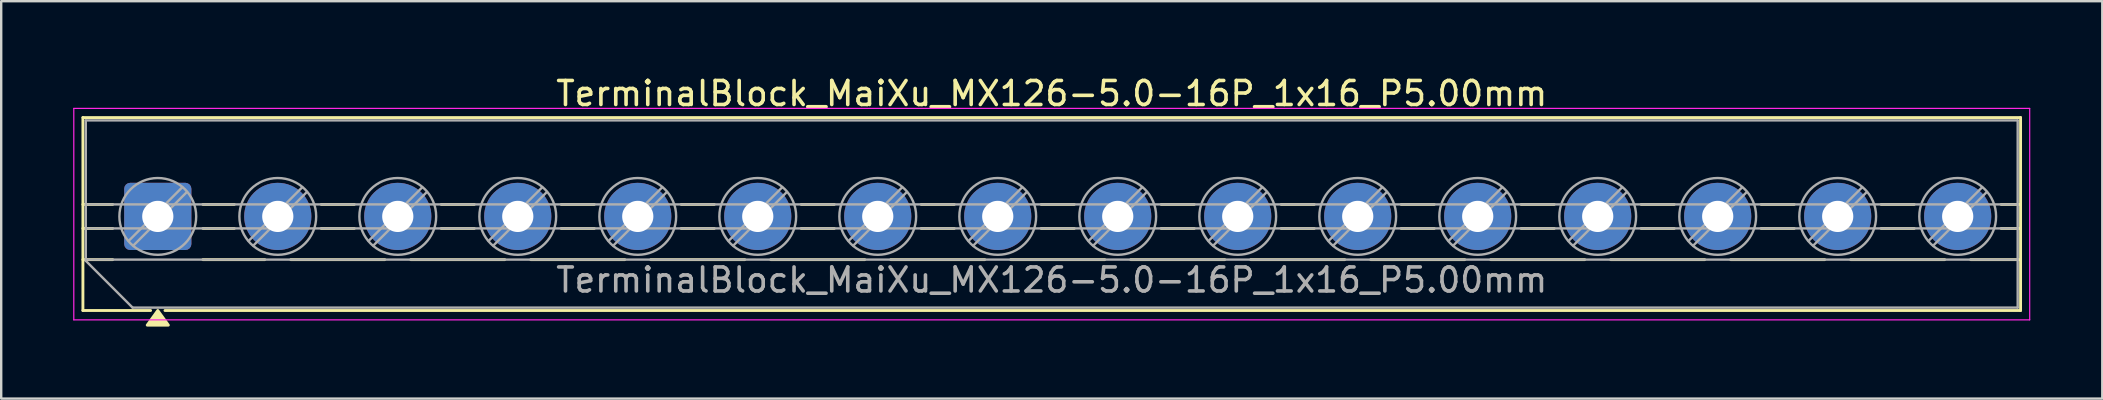
<source format=kicad_pcb>
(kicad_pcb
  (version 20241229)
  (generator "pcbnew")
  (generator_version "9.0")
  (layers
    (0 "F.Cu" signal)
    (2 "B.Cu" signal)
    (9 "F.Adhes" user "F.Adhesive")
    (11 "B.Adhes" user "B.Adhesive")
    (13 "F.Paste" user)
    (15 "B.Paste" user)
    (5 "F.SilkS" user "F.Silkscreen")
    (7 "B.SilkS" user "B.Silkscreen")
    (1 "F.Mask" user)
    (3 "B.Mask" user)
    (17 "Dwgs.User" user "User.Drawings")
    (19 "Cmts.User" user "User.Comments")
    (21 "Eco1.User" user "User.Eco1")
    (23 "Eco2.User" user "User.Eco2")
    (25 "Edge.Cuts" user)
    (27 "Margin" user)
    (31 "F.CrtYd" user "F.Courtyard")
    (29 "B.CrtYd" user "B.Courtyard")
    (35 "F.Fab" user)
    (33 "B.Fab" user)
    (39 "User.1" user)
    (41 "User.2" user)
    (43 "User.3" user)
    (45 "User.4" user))
  (footprint "TerminalBlock_MaiXu_MX126-5.0-16P_1x16_P5.00mm"
    (layer "F.Cu")
    (at 3.525 5.968)
    (property "Reference" "TerminalBlock_MaiXu_MX126-5.0-16P_1x16_P5.00mm" (at 37.25 -5.12 0) (layer "F.SilkS") (effects (font (size 1 1) (thickness 0.15))))
    (attr through_hole)
    (fp_line (start -3.12 -4.12) (end -3.12 3.92) (stroke (width 0.12) (type solid)) (layer "F.SilkS"))
    (fp_line (start -3.12 -4.12) (end 77.62 -4.12) (stroke (width 0.12) (type solid)) (layer "F.SilkS"))
    (fp_line (start -3.12 -0.5) (end -1.88 -0.5) (stroke (width 0.12) (type solid)) (layer "F.SilkS"))
    (fp_line (start -3.12 0.5) (end -1.88 0.5) (stroke (width 0.12) (type solid)) (layer "F.SilkS"))
    (fp_line (start -3.12 1.8) (end -1.88 1.8) (stroke (width 0.12) (type solid)) (layer "F.SilkS"))
    (fp_line (start -3.12 3.92) (end -0.3 3.92) (stroke (width 0.12) (type solid)) (layer "F.SilkS"))
    (fp_line (start 0.3 3.92) (end 77.62 3.92) (stroke (width 0.12) (type solid)) (layer "F.SilkS"))
    (fp_line (start 1.88 -0.5) (end 3.188 -0.5) (stroke (width 0.12) (type solid)) (layer "F.SilkS"))
    (fp_line (start 1.88 0.5) (end 3.188 0.5) (stroke (width 0.12) (type solid)) (layer "F.SilkS"))
    (fp_line (start 1.88 1.8) (end 4.457 1.8) (stroke (width 0.12) (type solid)) (layer "F.SilkS"))
    (fp_line (start 5.543 1.8) (end 9.457 1.8) (stroke (width 0.12) (type solid)) (layer "F.SilkS"))
    (fp_line (start 6.812 -0.5) (end 8.188 -0.5) (stroke (width 0.12) (type solid)) (layer "F.SilkS"))
    (fp_line (start 6.812 0.5) (end 8.188 0.5) (stroke (width 0.12) (type solid)) (layer "F.SilkS"))
    (fp_line (start 10.543 1.8) (end 14.457 1.8) (stroke (width 0.12) (type solid)) (layer "F.SilkS"))
    (fp_line (start 11.812 -0.5) (end 13.188 -0.5) (stroke (width 0.12) (type solid)) (layer "F.SilkS"))
    (fp_line (start 11.812 0.5) (end 13.188 0.5) (stroke (width 0.12) (type solid)) (layer "F.SilkS"))
    (fp_line (start 15.543 1.8) (end 19.457 1.8) (stroke (width 0.12) (type solid)) (layer "F.SilkS"))
    (fp_line (start 16.812 -0.5) (end 18.188 -0.5) (stroke (width 0.12) (type solid)) (layer "F.SilkS"))
    (fp_line (start 16.812 0.5) (end 18.188 0.5) (stroke (width 0.12) (type solid)) (layer "F.SilkS"))
    (fp_line (start 20.543 1.8) (end 24.457 1.8) (stroke (width 0.12) (type solid)) (layer "F.SilkS"))
    (fp_line (start 21.812 -0.5) (end 23.188 -0.5) (stroke (width 0.12) (type solid)) (layer "F.SilkS"))
    (fp_line (start 21.812 0.5) (end 23.188 0.5) (stroke (width 0.12) (type solid)) (layer "F.SilkS"))
    (fp_line (start 25.543 1.8) (end 29.457 1.8) (stroke (width 0.12) (type solid)) (layer "F.SilkS"))
    (fp_line (start 26.812 -0.5) (end 28.188 -0.5) (stroke (width 0.12) (type solid)) (layer "F.SilkS"))
    (fp_line (start 26.812 0.5) (end 28.188 0.5) (stroke (width 0.12) (type solid)) (layer "F.SilkS"))
    (fp_line (start 30.543 1.8) (end 34.457 1.8) (stroke (width 0.12) (type solid)) (layer "F.SilkS"))
    (fp_line (start 31.812 -0.5) (end 33.188 -0.5) (stroke (width 0.12) (type solid)) (layer "F.SilkS"))
    (fp_line (start 31.812 0.5) (end 33.188 0.5) (stroke (width 0.12) (type solid)) (layer "F.SilkS"))
    (fp_line (start 35.543 1.8) (end 39.457 1.8) (stroke (width 0.12) (type solid)) (layer "F.SilkS"))
    (fp_line (start 36.812 -0.5) (end 38.188 -0.5) (stroke (width 0.12) (type solid)) (layer "F.SilkS"))
    (fp_line (start 36.812 0.5) (end 38.188 0.5) (stroke (width 0.12) (type solid)) (layer "F.SilkS"))
    (fp_line (start 40.543 1.8) (end 44.457 1.8) (stroke (width 0.12) (type solid)) (layer "F.SilkS"))
    (fp_line (start 41.812 -0.5) (end 43.188 -0.5) (stroke (width 0.12) (type solid)) (layer "F.SilkS"))
    (fp_line (start 41.812 0.5) (end 43.188 0.5) (stroke (width 0.12) (type solid)) (layer "F.SilkS"))
    (fp_line (start 45.543 1.8) (end 49.457 1.8) (stroke (width 0.12) (type solid)) (layer "F.SilkS"))
    (fp_line (start 46.812 -0.5) (end 48.188 -0.5) (stroke (width 0.12) (type solid)) (layer "F.SilkS"))
    (fp_line (start 46.812 0.5) (end 48.188 0.5) (stroke (width 0.12) (type solid)) (layer "F.SilkS"))
    (fp_line (start 50.543 1.8) (end 54.457 1.8) (stroke (width 0.12) (type solid)) (layer "F.SilkS"))
    (fp_line (start 51.812 -0.5) (end 53.188 -0.5) (stroke (width 0.12) (type solid)) (layer "F.SilkS"))
    (fp_line (start 51.812 0.5) (end 53.188 0.5) (stroke (width 0.12) (type solid)) (layer "F.SilkS"))
    (fp_line (start 55.543 1.8) (end 59.457 1.8) (stroke (width 0.12) (type solid)) (layer "F.SilkS"))
    (fp_line (start 56.812 -0.5) (end 58.188 -0.5) (stroke (width 0.12) (type solid)) (layer "F.SilkS"))
    (fp_line (start 56.812 0.5) (end 58.188 0.5) (stroke (width 0.12) (type solid)) (layer "F.SilkS"))
    (fp_line (start 60.543 1.8) (end 64.457 1.8) (stroke (width 0.12) (type solid)) (layer "F.SilkS"))
    (fp_line (start 61.812 -0.5) (end 63.188 -0.5) (stroke (width 0.12) (type solid)) (layer "F.SilkS"))
    (fp_line (start 61.812 0.5) (end 63.188 0.5) (stroke (width 0.12) (type solid)) (layer "F.SilkS"))
    (fp_line (start 65.543 1.8) (end 69.457 1.8) (stroke (width 0.12) (type solid)) (layer "F.SilkS"))
    (fp_line (start 66.812 -0.5) (end 68.188 -0.5) (stroke (width 0.12) (type solid)) (layer "F.SilkS"))
    (fp_line (start 66.812 0.5) (end 68.188 0.5) (stroke (width 0.12) (type solid)) (layer "F.SilkS"))
    (fp_line (start 70.543 1.8) (end 74.457 1.8) (stroke (width 0.12) (type solid)) (layer "F.SilkS"))
    (fp_line (start 71.812 -0.5) (end 73.188 -0.5) (stroke (width 0.12) (type solid)) (layer "F.SilkS"))
    (fp_line (start 71.812 0.5) (end 73.188 0.5) (stroke (width 0.12) (type solid)) (layer "F.SilkS"))
    (fp_line (start 75.543 1.8) (end 77.62 1.8) (stroke (width 0.12) (type solid)) (layer "F.SilkS"))
    (fp_line (start 76.812 -0.5) (end 77.62 -0.5) (stroke (width 0.12) (type solid)) (layer "F.SilkS"))
    (fp_line (start 76.812 0.5) (end 77.62 0.5) (stroke (width 0.12) (type solid)) (layer "F.SilkS"))
    (fp_line (start 77.62 -4.12) (end 77.62 3.92) (stroke (width 0.12) (type solid)) (layer "F.SilkS"))
    (fp_poly (pts (xy 0 3.92) (xy 0.44 4.53) (xy -0.44 4.53)) (stroke (width 0.12) (type solid)) (fill yes) (layer "F.SilkS"))
    (fp_line (start -3.5 -4.5) (end -3.5 4.31) (stroke (width 0.05) (type solid)) (layer "F.CrtYd"))
    (fp_line (start -3.5 4.31) (end 78 4.31) (stroke (width 0.05) (type solid)) (layer "F.CrtYd"))
    (fp_line (start 78 -4.5) (end -3.5 -4.5) (stroke (width 0.05) (type solid)) (layer "F.CrtYd"))
    (fp_line (start 78 4.31) (end 78 -4.5) (stroke (width 0.05) (type solid)) (layer "F.CrtYd"))
    (fp_line (start -3 -4) (end 77.5 -4) (stroke (width 0.1) (type solid)) (layer "F.Fab"))
    (fp_line (start -3 -0.5) (end 77.5 -0.5) (stroke (width 0.1) (type solid)) (layer "F.Fab"))
    (fp_line (start -3 0.5) (end 77.5 0.5) (stroke (width 0.1) (type solid)) (layer "F.Fab"))
    (fp_line (start -3 1.8) (end 77.5 1.8) (stroke (width 0.1) (type solid)) (layer "F.Fab"))
    (fp_line (start -3 1.85) (end -3 -4) (stroke (width 0.1) (type solid)) (layer "F.Fab"))
    (fp_line (start -1.05 3.8) (end -3 1.85) (stroke (width 0.1) (type solid)) (layer "F.Fab"))
    (fp_line (start 1.018 -1.213) (end -1.214 1.018) (stroke (width 0.1) (type solid)) (layer "F.Fab"))
    (fp_line (start 1.213 -1.018) (end -1.018 1.213) (stroke (width 0.1) (type solid)) (layer "F.Fab"))
    (fp_line (start 6.018 -1.213) (end 3.786 1.018) (stroke (width 0.1) (type solid)) (layer "F.Fab"))
    (fp_line (start 6.213 -1.018) (end 3.982 1.213) (stroke (width 0.1) (type solid)) (layer "F.Fab"))
    (fp_line (start 11.018 -1.213) (end 8.786 1.018) (stroke (width 0.1) (type solid)) (layer "F.Fab"))
    (fp_line (start 11.213 -1.018) (end 8.982 1.213) (stroke (width 0.1) (type solid)) (layer "F.Fab"))
    (fp_line (start 16.018 -1.213) (end 13.786 1.018) (stroke (width 0.1) (type solid)) (layer "F.Fab"))
    (fp_line (start 16.213 -1.018) (end 13.982 1.213) (stroke (width 0.1) (type solid)) (layer "F.Fab"))
    (fp_line (start 21.018 -1.213) (end 18.786 1.018) (stroke (width 0.1) (type solid)) (layer "F.Fab"))
    (fp_line (start 21.213 -1.018) (end 18.982 1.213) (stroke (width 0.1) (type solid)) (layer "F.Fab"))
    (fp_line (start 26.018 -1.213) (end 23.786 1.018) (stroke (width 0.1) (type solid)) (layer "F.Fab"))
    (fp_line (start 26.213 -1.018) (end 23.982 1.213) (stroke (width 0.1) (type solid)) (layer "F.Fab"))
    (fp_line (start 31.018 -1.213) (end 28.786 1.018) (stroke (width 0.1) (type solid)) (layer "F.Fab"))
    (fp_line (start 31.213 -1.018) (end 28.982 1.213) (stroke (width 0.1) (type solid)) (layer "F.Fab"))
    (fp_line (start 36.018 -1.213) (end 33.786 1.018) (stroke (width 0.1) (type solid)) (layer "F.Fab"))
    (fp_line (start 36.213 -1.018) (end 33.982 1.213) (stroke (width 0.1) (type solid)) (layer "F.Fab"))
    (fp_line (start 41.018 -1.213) (end 38.786 1.018) (stroke (width 0.1) (type solid)) (layer "F.Fab"))
    (fp_line (start 41.213 -1.018) (end 38.982 1.213) (stroke (width 0.1) (type solid)) (layer "F.Fab"))
    (fp_line (start 46.018 -1.213) (end 43.786 1.018) (stroke (width 0.1) (type solid)) (layer "F.Fab"))
    (fp_line (start 46.213 -1.018) (end 43.982 1.213) (stroke (width 0.1) (type solid)) (layer "F.Fab"))
    (fp_line (start 51.018 -1.213) (end 48.786 1.018) (stroke (width 0.1) (type solid)) (layer "F.Fab"))
    (fp_line (start 51.213 -1.018) (end 48.982 1.213) (stroke (width 0.1) (type solid)) (layer "F.Fab"))
    (fp_line (start 56.018 -1.213) (end 53.786 1.018) (stroke (width 0.1) (type solid)) (layer "F.Fab"))
    (fp_line (start 56.213 -1.018) (end 53.982 1.213) (stroke (width 0.1) (type solid)) (layer "F.Fab"))
    (fp_line (start 61.018 -1.213) (end 58.786 1.018) (stroke (width 0.1) (type solid)) (layer "F.Fab"))
    (fp_line (start 61.213 -1.018) (end 58.982 1.213) (stroke (width 0.1) (type solid)) (layer "F.Fab"))
    (fp_line (start 66.018 -1.213) (end 63.786 1.018) (stroke (width 0.1) (type solid)) (layer "F.Fab"))
    (fp_line (start 66.213 -1.018) (end 63.982 1.213) (stroke (width 0.1) (type solid)) (layer "F.Fab"))
    (fp_line (start 71.018 -1.213) (end 68.786 1.018) (stroke (width 0.1) (type solid)) (layer "F.Fab"))
    (fp_line (start 71.213 -1.018) (end 68.982 1.213) (stroke (width 0.1) (type solid)) (layer "F.Fab"))
    (fp_line (start 76.018 -1.213) (end 73.786 1.018) (stroke (width 0.1) (type solid)) (layer "F.Fab"))
    (fp_line (start 76.213 -1.018) (end 73.982 1.213) (stroke (width 0.1) (type solid)) (layer "F.Fab"))
    (fp_line (start 77.5 -4) (end 77.5 3.8) (stroke (width 0.1) (type solid)) (layer "F.Fab"))
    (fp_line (start 77.5 3.8) (end -1.05 3.8) (stroke (width 0.1) (type solid)) (layer "F.Fab"))
    (fp_circle (center 0 0) (end 1.6 0) (stroke (width 0.1) (type solid)) (fill no) (layer "F.Fab"))
    (fp_circle (center 5 0) (end 6.6 0) (stroke (width 0.1) (type solid)) (fill no) (layer "F.Fab"))
    (fp_circle (center 10 0) (end 11.6 0) (stroke (width 0.1) (type solid)) (fill no) (layer "F.Fab"))
    (fp_circle (center 15 0) (end 16.6 0) (stroke (width 0.1) (type solid)) (fill no) (layer "F.Fab"))
    (fp_circle (center 20 0) (end 21.6 0) (stroke (width 0.1) (type solid)) (fill no) (layer "F.Fab"))
    (fp_circle (center 25 0) (end 26.6 0) (stroke (width 0.1) (type solid)) (fill no) (layer "F.Fab"))
    (fp_circle (center 30 0) (end 31.6 0) (stroke (width 0.1) (type solid)) (fill no) (layer "F.Fab"))
    (fp_circle (center 35 0) (end 36.6 0) (stroke (width 0.1) (type solid)) (fill no) (layer "F.Fab"))
    (fp_circle (center 40 0) (end 41.6 0) (stroke (width 0.1) (type solid)) (fill no) (layer "F.Fab"))
    (fp_circle (center 45 0) (end 46.6 0) (stroke (width 0.1) (type solid)) (fill no) (layer "F.Fab"))
    (fp_circle (center 50 0) (end 51.6 0) (stroke (width 0.1) (type solid)) (fill no) (layer "F.Fab"))
    (fp_circle (center 55 0) (end 56.6 0) (stroke (width 0.1) (type solid)) (fill no) (layer "F.Fab"))
    (fp_circle (center 60 0) (end 61.6 0) (stroke (width 0.1) (type solid)) (fill no) (layer "F.Fab"))
    (fp_circle (center 65 0) (end 66.6 0) (stroke (width 0.1) (type solid)) (fill no) (layer "F.Fab"))
    (fp_circle (center 70 0) (end 71.6 0) (stroke (width 0.1) (type solid)) (fill no) (layer "F.Fab"))
    (fp_circle (center 75 0) (end 76.6 0) (stroke (width 0.1) (type solid)) (fill no) (layer "F.Fab"))
    (fp_text user "${REFERENCE}" (at 37.25 2.65 0) (layer "F.Fab") (effects (font (size 1 1) (thickness 0.15))))
    (pad "1" thru_hole roundrect (at 0 0) (size 2.8 2.8) (drill 1.3) (layers "*.Cu" "*.Mask") (roundrect_rratio 0.089))
    (pad "2" thru_hole circle (at 5 0) (size 2.8 2.8) (drill 1.3) (layers "*.Cu" "*.Mask"))
    (pad "3" thru_hole circle (at 10 0) (size 2.8 2.8) (drill 1.3) (layers "*.Cu" "*.Mask"))
    (pad "4" thru_hole circle (at 15 0) (size 2.8 2.8) (drill 1.3) (layers "*.Cu" "*.Mask"))
    (pad "5" thru_hole circle (at 20 0) (size 2.8 2.8) (drill 1.3) (layers "*.Cu" "*.Mask"))
    (pad "6" thru_hole circle (at 25 0) (size 2.8 2.8) (drill 1.3) (layers "*.Cu" "*.Mask"))
    (pad "7" thru_hole circle (at 30 0) (size 2.8 2.8) (drill 1.3) (layers "*.Cu" "*.Mask"))
    (pad "8" thru_hole circle (at 35 0) (size 2.8 2.8) (drill 1.3) (layers "*.Cu" "*.Mask"))
    (pad "9" thru_hole circle (at 40 0) (size 2.8 2.8) (drill 1.3) (layers "*.Cu" "*.Mask"))
    (pad "10" thru_hole circle (at 45 0) (size 2.8 2.8) (drill 1.3) (layers "*.Cu" "*.Mask"))
    (pad "11" thru_hole circle (at 50 0) (size 2.8 2.8) (drill 1.3) (layers "*.Cu" "*.Mask"))
    (pad "12" thru_hole circle (at 55 0) (size 2.8 2.8) (drill 1.3) (layers "*.Cu" "*.Mask"))
    (pad "13" thru_hole circle (at 60 0) (size 2.8 2.8) (drill 1.3) (layers "*.Cu" "*.Mask"))
    (pad "14" thru_hole circle (at 65 0) (size 2.8 2.8) (drill 1.3) (layers "*.Cu" "*.Mask"))
    (pad "15" thru_hole circle (at 70 0) (size 2.8 2.8) (drill 1.3) (layers "*.Cu" "*.Mask"))
    (pad "16" thru_hole circle (at 75 0) (size 2.8 2.8) (drill 1.3) (layers "*.Cu" "*.Mask")))
  (gr_rect
    (start -3 -3)
    (end 84.55 13.558)
    (stroke (width 0.1) (type default))
    (fill no)
    (layer "Edge.Cuts")))
</source>
